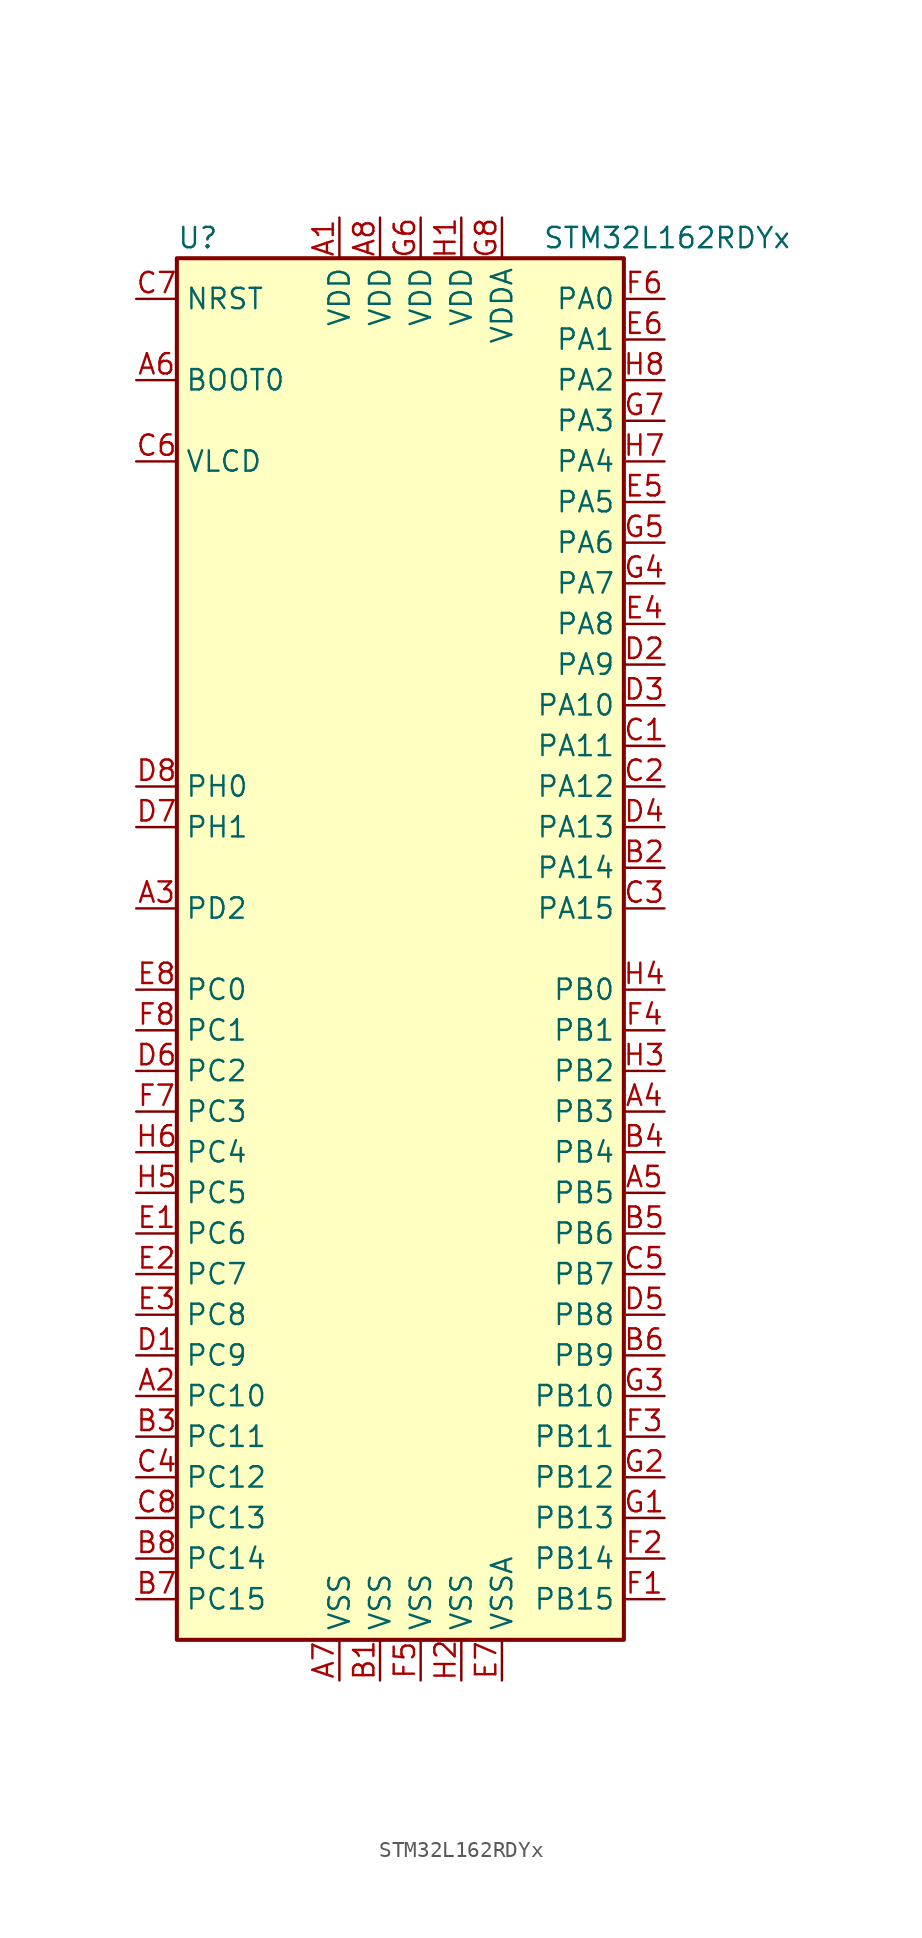
<source format=kicad_sym>
(kicad_symbol_lib
  (version 20201005)
  (generator kicad_symbol_editor)
  (symbol "STM32L162RDYx"
    (property "Reference" "U"
      (at -15.24 44.45 0)
      (effects (font (size 1.27 1.27)) (justify left)))
    (property "Value" "STM32L162RDYx"
      (at 7.62 44.45 0)
      (effects (font (size 1.27 1.27)) (justify left)))
    (symbol "STM32L162RDYx_0_1"
      (rectangle (start -15.24 -43.18) (end 12.7 43.18) (stroke (width 0.254)) (fill (type background))))
    (symbol "STM32L162RDYx_1_1"
      (pin input line (at -17.78 35.56 0) (length 2.54) (name "BOOT0" (effects (font (size 1.27 1.27)))) (number "A6" (effects (font (size 1.27 1.27)))))
      (pin input line (at -17.78 40.64 0) (length 2.54) (name "NRST" (effects (font (size 1.27 1.27)))) (number "C7" (effects (font (size 1.27 1.27)))))
      (pin bidirectional line (at 15.24 40.64 180) (length 2.54) (name "PA0" (effects (font (size 1.27 1.27)))) (number "F6" (effects (font (size 1.27 1.27)))))
      (pin bidirectional line (at 15.24 38.1 180) (length 2.54) (name "PA1" (effects (font (size 1.27 1.27)))) (number "E6" (effects (font (size 1.27 1.27)))))
      (pin bidirectional line (at 15.24 15.24 180) (length 2.54) (name "PA10" (effects (font (size 1.27 1.27)))) (number "D3" (effects (font (size 1.27 1.27)))))
      (pin bidirectional line (at 15.24 12.7 180) (length 2.54) (name "PA11" (effects (font (size 1.27 1.27)))) (number "C1" (effects (font (size 1.27 1.27)))))
      (pin bidirectional line (at 15.24 10.16 180) (length 2.54) (name "PA12" (effects (font (size 1.27 1.27)))) (number "C2" (effects (font (size 1.27 1.27)))))
      (pin bidirectional line (at 15.24 7.62 180) (length 2.54) (name "PA13" (effects (font (size 1.27 1.27)))) (number "D4" (effects (font (size 1.27 1.27)))))
      (pin bidirectional line (at 15.24 5.08 180) (length 2.54) (name "PA14" (effects (font (size 1.27 1.27)))) (number "B2" (effects (font (size 1.27 1.27)))))
      (pin bidirectional line (at 15.24 2.54 180) (length 2.54) (name "PA15" (effects (font (size 1.27 1.27)))) (number "C3" (effects (font (size 1.27 1.27)))))
      (pin bidirectional line (at 15.24 35.56 180) (length 2.54) (name "PA2" (effects (font (size 1.27 1.27)))) (number "H8" (effects (font (size 1.27 1.27)))))
      (pin bidirectional line (at 15.24 33.02 180) (length 2.54) (name "PA3" (effects (font (size 1.27 1.27)))) (number "G7" (effects (font (size 1.27 1.27)))))
      (pin bidirectional line (at 15.24 30.48 180) (length 2.54) (name "PA4" (effects (font (size 1.27 1.27)))) (number "H7" (effects (font (size 1.27 1.27)))))
      (pin bidirectional line (at 15.24 27.94 180) (length 2.54) (name "PA5" (effects (font (size 1.27 1.27)))) (number "E5" (effects (font (size 1.27 1.27)))))
      (pin bidirectional line (at 15.24 25.4 180) (length 2.54) (name "PA6" (effects (font (size 1.27 1.27)))) (number "G5" (effects (font (size 1.27 1.27)))))
      (pin bidirectional line (at 15.24 22.86 180) (length 2.54) (name "PA7" (effects (font (size 1.27 1.27)))) (number "G4" (effects (font (size 1.27 1.27)))))
      (pin bidirectional line (at 15.24 20.32 180) (length 2.54) (name "PA8" (effects (font (size 1.27 1.27)))) (number "E4" (effects (font (size 1.27 1.27)))))
      (pin bidirectional line (at 15.24 17.78 180) (length 2.54) (name "PA9" (effects (font (size 1.27 1.27)))) (number "D2" (effects (font (size 1.27 1.27)))))
      (pin bidirectional line (at 15.24 -2.54 180) (length 2.54) (name "PB0" (effects (font (size 1.27 1.27)))) (number "H4" (effects (font (size 1.27 1.27)))))
      (pin bidirectional line (at 15.24 -5.08 180) (length 2.54) (name "PB1" (effects (font (size 1.27 1.27)))) (number "F4" (effects (font (size 1.27 1.27)))))
      (pin bidirectional line (at 15.24 -27.94 180) (length 2.54) (name "PB10" (effects (font (size 1.27 1.27)))) (number "G3" (effects (font (size 1.27 1.27)))))
      (pin bidirectional line (at 15.24 -30.48 180) (length 2.54) (name "PB11" (effects (font (size 1.27 1.27)))) (number "F3" (effects (font (size 1.27 1.27)))))
      (pin bidirectional line (at 15.24 -33.02 180) (length 2.54) (name "PB12" (effects (font (size 1.27 1.27)))) (number "G2" (effects (font (size 1.27 1.27)))))
      (pin bidirectional line (at 15.24 -35.56 180) (length 2.54) (name "PB13" (effects (font (size 1.27 1.27)))) (number "G1" (effects (font (size 1.27 1.27)))))
      (pin bidirectional line (at 15.24 -38.1 180) (length 2.54) (name "PB14" (effects (font (size 1.27 1.27)))) (number "F2" (effects (font (size 1.27 1.27)))))
      (pin bidirectional line (at 15.24 -40.64 180) (length 2.54) (name "PB15" (effects (font (size 1.27 1.27)))) (number "F1" (effects (font (size 1.27 1.27)))))
      (pin bidirectional line (at 15.24 -7.62 180) (length 2.54) (name "PB2" (effects (font (size 1.27 1.27)))) (number "H3" (effects (font (size 1.27 1.27)))))
      (pin bidirectional line (at 15.24 -10.16 180) (length 2.54) (name "PB3" (effects (font (size 1.27 1.27)))) (number "A4" (effects (font (size 1.27 1.27)))))
      (pin bidirectional line (at 15.24 -12.7 180) (length 2.54) (name "PB4" (effects (font (size 1.27 1.27)))) (number "B4" (effects (font (size 1.27 1.27)))))
      (pin bidirectional line (at 15.24 -15.24 180) (length 2.54) (name "PB5" (effects (font (size 1.27 1.27)))) (number "A5" (effects (font (size 1.27 1.27)))))
      (pin bidirectional line (at 15.24 -17.78 180) (length 2.54) (name "PB6" (effects (font (size 1.27 1.27)))) (number "B5" (effects (font (size 1.27 1.27)))))
      (pin bidirectional line (at 15.24 -20.32 180) (length 2.54) (name "PB7" (effects (font (size 1.27 1.27)))) (number "C5" (effects (font (size 1.27 1.27)))))
      (pin bidirectional line (at 15.24 -22.86 180) (length 2.54) (name "PB8" (effects (font (size 1.27 1.27)))) (number "D5" (effects (font (size 1.27 1.27)))))
      (pin bidirectional line (at 15.24 -25.4 180) (length 2.54) (name "PB9" (effects (font (size 1.27 1.27)))) (number "B6" (effects (font (size 1.27 1.27)))))
      (pin bidirectional line (at -17.78 -2.54 0) (length 2.54) (name "PC0" (effects (font (size 1.27 1.27)))) (number "E8" (effects (font (size 1.27 1.27)))))
      (pin bidirectional line (at -17.78 -5.08 0) (length 2.54) (name "PC1" (effects (font (size 1.27 1.27)))) (number "F8" (effects (font (size 1.27 1.27)))))
      (pin bidirectional line (at -17.78 -27.94 0) (length 2.54) (name "PC10" (effects (font (size 1.27 1.27)))) (number "A2" (effects (font (size 1.27 1.27)))))
      (pin bidirectional line (at -17.78 -30.48 0) (length 2.54) (name "PC11" (effects (font (size 1.27 1.27)))) (number "B3" (effects (font (size 1.27 1.27)))))
      (pin bidirectional line (at -17.78 -33.02 0) (length 2.54) (name "PC12" (effects (font (size 1.27 1.27)))) (number "C4" (effects (font (size 1.27 1.27)))))
      (pin bidirectional line (at -17.78 -35.56 0) (length 2.54) (name "PC13" (effects (font (size 1.27 1.27)))) (number "C8" (effects (font (size 1.27 1.27)))))
      (pin bidirectional line (at -17.78 -38.1 0) (length 2.54) (name "PC14" (effects (font (size 1.27 1.27)))) (number "B8" (effects (font (size 1.27 1.27)))))
      (pin bidirectional line (at -17.78 -40.64 0) (length 2.54) (name "PC15" (effects (font (size 1.27 1.27)))) (number "B7" (effects (font (size 1.27 1.27)))))
      (pin bidirectional line (at -17.78 -7.62 0) (length 2.54) (name "PC2" (effects (font (size 1.27 1.27)))) (number "D6" (effects (font (size 1.27 1.27)))))
      (pin bidirectional line (at -17.78 -10.16 0) (length 2.54) (name "PC3" (effects (font (size 1.27 1.27)))) (number "F7" (effects (font (size 1.27 1.27)))))
      (pin bidirectional line (at -17.78 -12.7 0) (length 2.54) (name "PC4" (effects (font (size 1.27 1.27)))) (number "H6" (effects (font (size 1.27 1.27)))))
      (pin bidirectional line (at -17.78 -15.24 0) (length 2.54) (name "PC5" (effects (font (size 1.27 1.27)))) (number "H5" (effects (font (size 1.27 1.27)))))
      (pin bidirectional line (at -17.78 -17.78 0) (length 2.54) (name "PC6" (effects (font (size 1.27 1.27)))) (number "E1" (effects (font (size 1.27 1.27)))))
      (pin bidirectional line (at -17.78 -20.32 0) (length 2.54) (name "PC7" (effects (font (size 1.27 1.27)))) (number "E2" (effects (font (size 1.27 1.27)))))
      (pin bidirectional line (at -17.78 -22.86 0) (length 2.54) (name "PC8" (effects (font (size 1.27 1.27)))) (number "E3" (effects (font (size 1.27 1.27)))))
      (pin bidirectional line (at -17.78 -25.4 0) (length 2.54) (name "PC9" (effects (font (size 1.27 1.27)))) (number "D1" (effects (font (size 1.27 1.27)))))
      (pin bidirectional line (at -17.78 2.54 0) (length 2.54) (name "PD2" (effects (font (size 1.27 1.27)))) (number "A3" (effects (font (size 1.27 1.27)))))
      (pin input line (at -17.78 10.16 0) (length 2.54) (name "PH0" (effects (font (size 1.27 1.27)))) (number "D8" (effects (font (size 1.27 1.27)))))
      (pin input line (at -17.78 7.62 0) (length 2.54) (name "PH1" (effects (font (size 1.27 1.27)))) (number "D7" (effects (font (size 1.27 1.27)))))
      (pin power_in line (at -5.08 45.72 270) (length 2.54) (name "VDD" (effects (font (size 1.27 1.27)))) (number "A1" (effects (font (size 1.27 1.27)))))
      (pin power_in line (at -2.54 45.72 270) (length 2.54) (name "VDD" (effects (font (size 1.27 1.27)))) (number "A8" (effects (font (size 1.27 1.27)))))
      (pin power_in line (at 0 45.72 270) (length 2.54) (name "VDD" (effects (font (size 1.27 1.27)))) (number "G6" (effects (font (size 1.27 1.27)))))
      (pin power_in line (at 2.54 45.72 270) (length 2.54) (name "VDD" (effects (font (size 1.27 1.27)))) (number "H1" (effects (font (size 1.27 1.27)))))
      (pin power_in line (at 5.08 45.72 270) (length 2.54) (name "VDDA" (effects (font (size 1.27 1.27)))) (number "G8" (effects (font (size 1.27 1.27)))))
      (pin power_in line (at -17.78 30.48 0) (length 2.54) (name "VLCD" (effects (font (size 1.27 1.27)))) (number "C6" (effects (font (size 1.27 1.27)))))
      (pin power_in line (at -5.08 -45.72 90) (length 2.54) (name "VSS" (effects (font (size 1.27 1.27)))) (number "A7" (effects (font (size 1.27 1.27)))))
      (pin power_in line (at -2.54 -45.72 90) (length 2.54) (name "VSS" (effects (font (size 1.27 1.27)))) (number "B1" (effects (font (size 1.27 1.27)))))
      (pin power_in line (at 0 -45.72 90) (length 2.54) (name "VSS" (effects (font (size 1.27 1.27)))) (number "F5" (effects (font (size 1.27 1.27)))))
      (pin power_in line (at 2.54 -45.72 90) (length 2.54) (name "VSS" (effects (font (size 1.27 1.27)))) (number "H2" (effects (font (size 1.27 1.27)))))
      (pin power_in line (at 5.08 -45.72 90) (length 2.54) (name "VSSA" (effects (font (size 1.27 1.27)))) (number "E7" (effects (font (size 1.27 1.27))))))))
</source>
